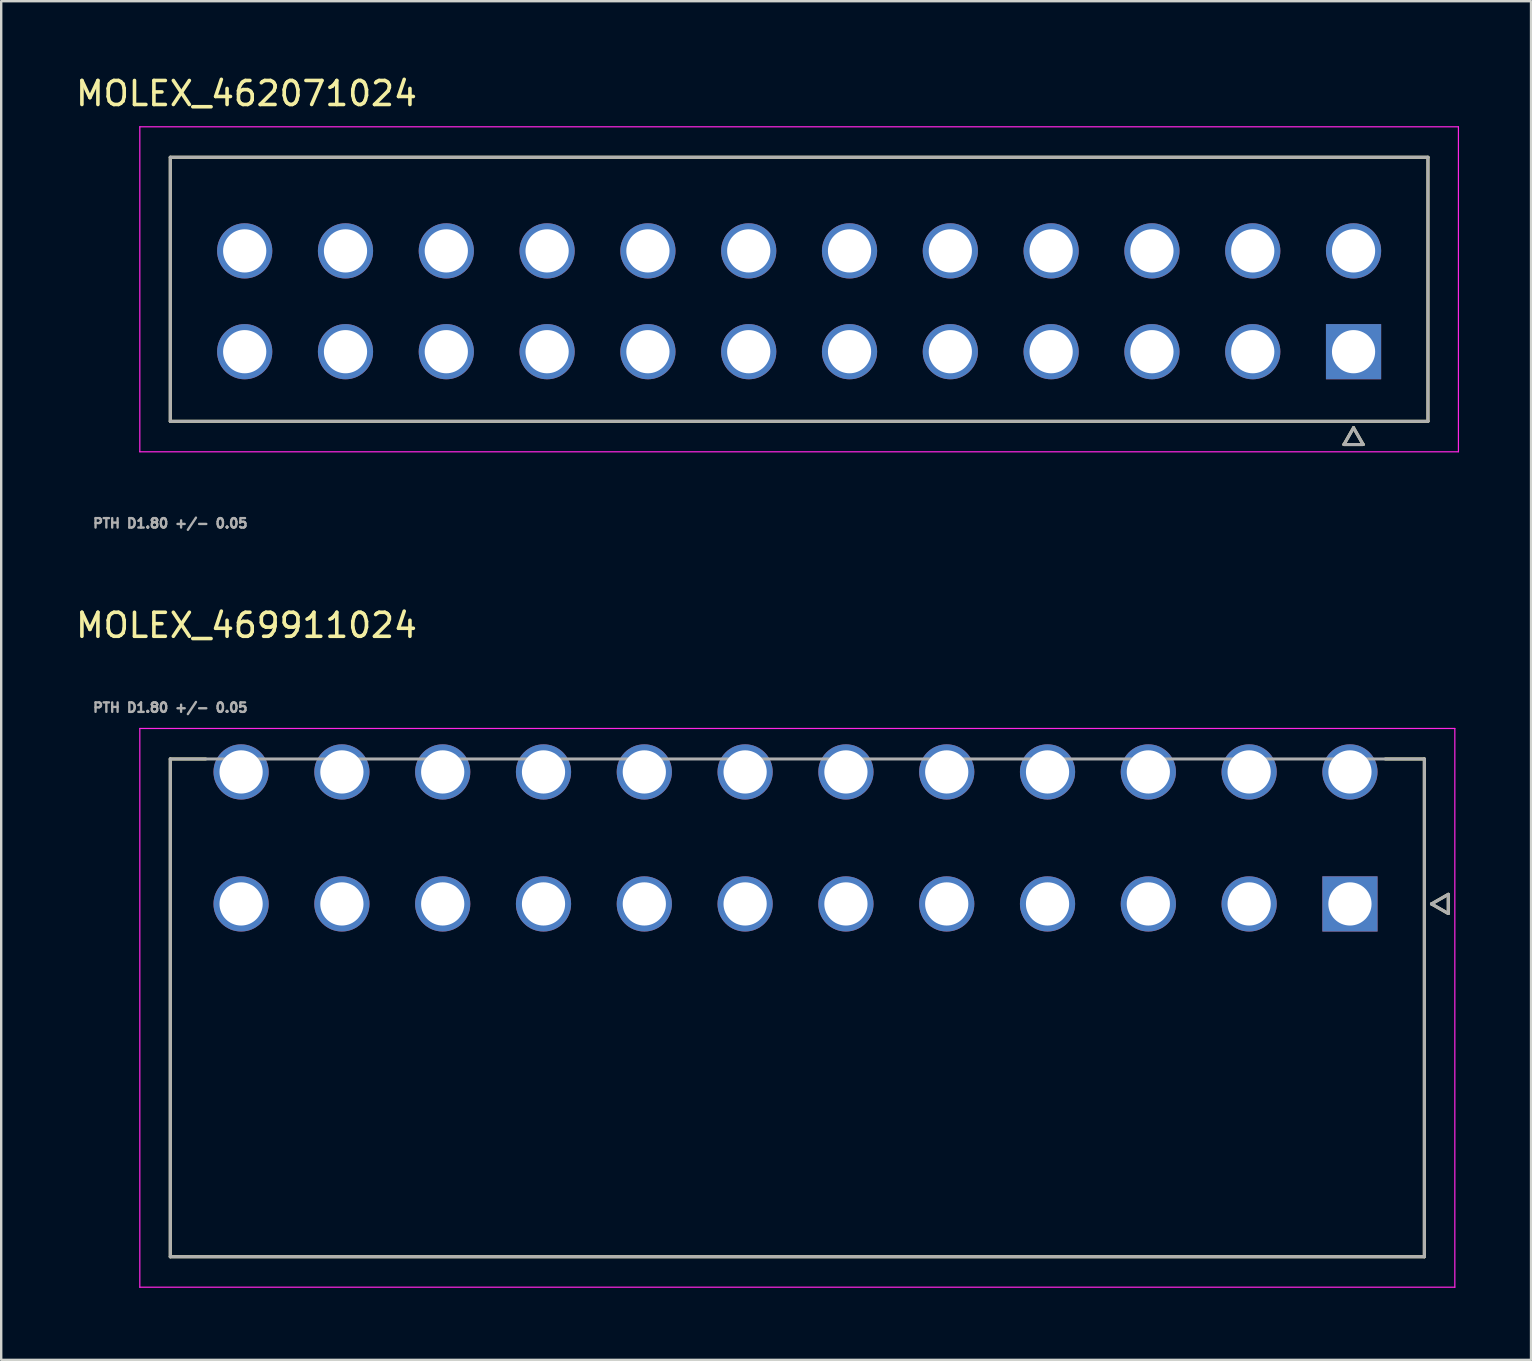
<source format=kicad_pcb>
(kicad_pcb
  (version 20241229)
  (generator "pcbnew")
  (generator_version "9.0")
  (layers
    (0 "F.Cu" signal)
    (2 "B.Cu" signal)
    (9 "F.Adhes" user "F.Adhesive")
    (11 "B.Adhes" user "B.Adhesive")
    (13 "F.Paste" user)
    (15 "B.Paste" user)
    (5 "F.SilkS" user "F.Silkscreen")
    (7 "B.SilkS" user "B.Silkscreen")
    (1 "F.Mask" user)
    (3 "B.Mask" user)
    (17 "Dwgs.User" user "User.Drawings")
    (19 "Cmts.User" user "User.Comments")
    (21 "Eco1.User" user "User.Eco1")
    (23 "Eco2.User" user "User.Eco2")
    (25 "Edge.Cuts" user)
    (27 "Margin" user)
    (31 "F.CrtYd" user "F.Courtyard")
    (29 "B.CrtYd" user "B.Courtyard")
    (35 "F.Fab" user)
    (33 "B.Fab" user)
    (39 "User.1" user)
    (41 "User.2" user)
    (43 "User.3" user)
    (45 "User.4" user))
  (footprint "MOLEX_469911024"
    (layer "F.Cu")
    (at 53.195 34.612)
    (property "Reference" "MOLEX_469911024" (at -45.975 -11.607 0) (layer "F.SilkS") (effects (font (size 1 1) (thickness 0.15))))
    (attr through_hole)
    (fp_circle (center -46.2 -5.5) (end -45.587 -5.5) (stroke (width 1.226) (type solid)) (fill no) (layer "F.Mask"))
    (fp_circle (center -46.2 0) (end -45.587 0) (stroke (width 1.226) (type solid)) (fill no) (layer "F.Mask"))
    (fp_circle (center -42 -5.5) (end -41.387 -5.5) (stroke (width 1.226) (type solid)) (fill no) (layer "F.Mask"))
    (fp_circle (center -42 0) (end -41.387 0) (stroke (width 1.226) (type solid)) (fill no) (layer "F.Mask"))
    (fp_circle (center -37.8 -5.5) (end -37.187 -5.5) (stroke (width 1.226) (type solid)) (fill no) (layer "F.Mask"))
    (fp_circle (center -37.8 0) (end -37.187 0) (stroke (width 1.226) (type solid)) (fill no) (layer "F.Mask"))
    (fp_circle (center -33.6 -5.5) (end -32.987 -5.5) (stroke (width 1.226) (type solid)) (fill no) (layer "F.Mask"))
    (fp_circle (center -33.6 0) (end -32.987 0) (stroke (width 1.226) (type solid)) (fill no) (layer "F.Mask"))
    (fp_circle (center -29.4 -5.5) (end -28.787 -5.5) (stroke (width 1.226) (type solid)) (fill no) (layer "F.Mask"))
    (fp_circle (center -29.4 0) (end -28.787 0) (stroke (width 1.226) (type solid)) (fill no) (layer "F.Mask"))
    (fp_circle (center -25.2 -5.5) (end -24.587 -5.5) (stroke (width 1.226) (type solid)) (fill no) (layer "F.Mask"))
    (fp_circle (center -25.2 0) (end -24.587 0) (stroke (width 1.226) (type solid)) (fill no) (layer "F.Mask"))
    (fp_circle (center -21 -5.5) (end -20.387 -5.5) (stroke (width 1.226) (type solid)) (fill no) (layer "F.Mask"))
    (fp_circle (center -21 0) (end -20.387 0) (stroke (width 1.226) (type solid)) (fill no) (layer "F.Mask"))
    (fp_circle (center -16.8 -5.5) (end -16.187 -5.5) (stroke (width 1.226) (type solid)) (fill no) (layer "F.Mask"))
    (fp_circle (center -16.8 0) (end -16.187 0) (stroke (width 1.226) (type solid)) (fill no) (layer "F.Mask"))
    (fp_circle (center -12.6 -5.5) (end -11.987 -5.5) (stroke (width 1.226) (type solid)) (fill no) (layer "F.Mask"))
    (fp_circle (center -12.6 0) (end -11.987 0) (stroke (width 1.226) (type solid)) (fill no) (layer "F.Mask"))
    (fp_circle (center -8.4 -5.5) (end -7.787 -5.5) (stroke (width 1.226) (type solid)) (fill no) (layer "F.Mask"))
    (fp_circle (center -8.4 0) (end -7.787 0) (stroke (width 1.226) (type solid)) (fill no) (layer "F.Mask"))
    (fp_circle (center -4.2 -5.5) (end -3.587 -5.5) (stroke (width 1.226) (type solid)) (fill no) (layer "F.Mask"))
    (fp_circle (center -4.2 0) (end -3.587 0) (stroke (width 1.226) (type solid)) (fill no) (layer "F.Mask"))
    (fp_circle (center 0 -5.5) (end 0.613 -5.5) (stroke (width 1.226) (type solid)) (fill no) (layer "F.Mask"))
    (fp_poly (pts (xy -1.226 -1.226) (xy 1.226 -1.226) (xy 1.226 1.226) (xy -1.226 1.226)) (stroke (width 0.01) (type solid)) (fill yes) (layer "F.Mask"))
    (fp_circle (center -46.2 -5.5) (end -45.587 -5.5) (stroke (width 1.226) (type solid)) (fill no) (layer "B.Mask"))
    (fp_circle (center -46.2 0) (end -45.587 0) (stroke (width 1.226) (type solid)) (fill no) (layer "B.Mask"))
    (fp_circle (center -42 -5.5) (end -41.387 -5.5) (stroke (width 1.226) (type solid)) (fill no) (layer "B.Mask"))
    (fp_circle (center -42 0) (end -41.387 0) (stroke (width 1.226) (type solid)) (fill no) (layer "B.Mask"))
    (fp_circle (center -37.8 -5.5) (end -37.187 -5.5) (stroke (width 1.226) (type solid)) (fill no) (layer "B.Mask"))
    (fp_circle (center -37.8 0) (end -37.187 0) (stroke (width 1.226) (type solid)) (fill no) (layer "B.Mask"))
    (fp_circle (center -33.6 -5.5) (end -32.987 -5.5) (stroke (width 1.226) (type solid)) (fill no) (layer "B.Mask"))
    (fp_circle (center -33.6 0) (end -32.987 0) (stroke (width 1.226) (type solid)) (fill no) (layer "B.Mask"))
    (fp_circle (center -29.4 -5.5) (end -28.787 -5.5) (stroke (width 1.226) (type solid)) (fill no) (layer "B.Mask"))
    (fp_circle (center -29.4 0) (end -28.787 0) (stroke (width 1.226) (type solid)) (fill no) (layer "B.Mask"))
    (fp_circle (center -25.2 -5.5) (end -24.587 -5.5) (stroke (width 1.226) (type solid)) (fill no) (layer "B.Mask"))
    (fp_circle (center -25.2 0) (end -24.587 0) (stroke (width 1.226) (type solid)) (fill no) (layer "B.Mask"))
    (fp_circle (center -21 -5.5) (end -20.387 -5.5) (stroke (width 1.226) (type solid)) (fill no) (layer "B.Mask"))
    (fp_circle (center -21 0) (end -20.387 0) (stroke (width 1.226) (type solid)) (fill no) (layer "B.Mask"))
    (fp_circle (center -16.8 -5.5) (end -16.187 -5.5) (stroke (width 1.226) (type solid)) (fill no) (layer "B.Mask"))
    (fp_circle (center -16.8 0) (end -16.187 0) (stroke (width 1.226) (type solid)) (fill no) (layer "B.Mask"))
    (fp_circle (center -12.6 -5.5) (end -11.987 -5.5) (stroke (width 1.226) (type solid)) (fill no) (layer "B.Mask"))
    (fp_circle (center -12.6 0) (end -11.987 0) (stroke (width 1.226) (type solid)) (fill no) (layer "B.Mask"))
    (fp_circle (center -8.4 -5.5) (end -7.787 -5.5) (stroke (width 1.226) (type solid)) (fill no) (layer "B.Mask"))
    (fp_circle (center -8.4 0) (end -7.787 0) (stroke (width 1.226) (type solid)) (fill no) (layer "B.Mask"))
    (fp_circle (center -4.2 -5.5) (end -3.587 -5.5) (stroke (width 1.226) (type solid)) (fill no) (layer "B.Mask"))
    (fp_circle (center -4.2 0) (end -3.587 0) (stroke (width 1.226) (type solid)) (fill no) (layer "B.Mask"))
    (fp_circle (center 0 -5.5) (end 0.613 -5.5) (stroke (width 1.226) (type solid)) (fill no) (layer "B.Mask"))
    (fp_poly (pts (xy -1.226 -1.226) (xy 1.226 -1.226) (xy 1.226 1.226) (xy -1.226 1.226)) (stroke (width 0.01) (type solid)) (fill yes) (layer "B.Mask"))
    (fp_line (start -49.15 -6.04) (end -47.676 -6.04) (stroke (width 0.127) (type solid)) (layer "F.SilkS"))
    (fp_line (start -49.15 14.7) (end -49.15 -6.04) (stroke (width 0.127) (type solid)) (layer "F.SilkS"))
    (fp_line (start 3.1 -6.04) (end 1.476 -6.04) (stroke (width 0.127) (type solid)) (layer "F.SilkS"))
    (fp_line (start 3.1 -6.04) (end 3.1 14.7) (stroke (width 0.127) (type solid)) (layer "F.SilkS"))
    (fp_line (start 3.1 14.7) (end -49.15 14.7) (stroke (width 0.127) (type solid)) (layer "F.SilkS"))
    (fp_line (start 3.397 0) (end 4.097 0.4) (stroke (width 0.127) (type solid)) (layer "F.SilkS"))
    (fp_line (start 4.097 -0.4) (end 3.397 0) (stroke (width 0.127) (type solid)) (layer "F.SilkS"))
    (fp_line (start 4.097 0.4) (end 4.097 -0.4) (stroke (width 0.127) (type solid)) (layer "F.SilkS"))
    (fp_line (start -50.42 -7.31) (end 4.37 -7.31) (stroke (width 0.05) (type solid)) (layer "F.CrtYd"))
    (fp_line (start -50.42 15.97) (end -50.42 -7.31) (stroke (width 0.05) (type solid)) (layer "F.CrtYd"))
    (fp_line (start 4.37 -7.31) (end 4.37 15.97) (stroke (width 0.05) (type solid)) (layer "F.CrtYd"))
    (fp_line (start 4.37 15.97) (end -50.42 15.97) (stroke (width 0.05) (type solid)) (layer "F.CrtYd"))
    (fp_line (start -49.15 -6.04) (end 3.1 -6.04) (stroke (width 0.127) (type solid)) (layer "F.Fab"))
    (fp_line (start -49.15 14.7) (end -49.15 -6.04) (stroke (width 0.127) (type solid)) (layer "F.Fab"))
    (fp_line (start 3.1 -6.04) (end 3.1 14.7) (stroke (width 0.127) (type solid)) (layer "F.Fab"))
    (fp_line (start 3.1 14.7) (end -49.15 14.7) (stroke (width 0.127) (type solid)) (layer "F.Fab"))
    (fp_line (start 3.397 0) (end 4.097 0.4) (stroke (width 0.127) (type solid)) (layer "F.Fab"))
    (fp_line (start 4.097 -0.4) (end 3.397 0) (stroke (width 0.127) (type solid)) (layer "F.Fab"))
    (fp_line (start 4.097 0.4) (end 4.097 -0.4) (stroke (width 0.127) (type solid)) (layer "F.Fab"))
    (fp_text user "PTH D1.80 +/- 0.05" (at -49.15 -8.18 0) (layer "F.Fab") (effects (font (size 0.394 0.394) (thickness 0.15))))
    (pad "1" thru_hole rect (at 0 0) (size 2.3 2.3) (drill 1.8) (layers "*.Cu"))
    (pad "2" thru_hole circle (at -4.2 0) (size 2.3 2.3) (drill 1.8) (layers "*.Cu"))
    (pad "3" thru_hole circle (at -8.4 0) (size 2.3 2.3) (drill 1.8) (layers "*.Cu"))
    (pad "4" thru_hole circle (at -12.6 0) (size 2.3 2.3) (drill 1.8) (layers "*.Cu"))
    (pad "5" thru_hole circle (at -16.8 0) (size 2.3 2.3) (drill 1.8) (layers "*.Cu"))
    (pad "6" thru_hole circle (at -21 0) (size 2.3 2.3) (drill 1.8) (layers "*.Cu"))
    (pad "7" thru_hole circle (at -25.2 0) (size 2.3 2.3) (drill 1.8) (layers "*.Cu"))
    (pad "8" thru_hole circle (at -29.4 0) (size 2.3 2.3) (drill 1.8) (layers "*.Cu"))
    (pad "9" thru_hole circle (at -33.6 0) (size 2.3 2.3) (drill 1.8) (layers "*.Cu"))
    (pad "10" thru_hole circle (at -37.8 0) (size 2.3 2.3) (drill 1.8) (layers "*.Cu"))
    (pad "11" thru_hole circle (at -42 0) (size 2.3 2.3) (drill 1.8) (layers "*.Cu"))
    (pad "12" thru_hole circle (at -46.2 0) (size 2.3 2.3) (drill 1.8) (layers "*.Cu"))
    (pad "13" thru_hole circle (at 0 -5.5) (size 2.3 2.3) (drill 1.8) (layers "*.Cu"))
    (pad "14" thru_hole circle (at -4.2 -5.5) (size 2.3 2.3) (drill 1.8) (layers "*.Cu"))
    (pad "15" thru_hole circle (at -8.4 -5.5) (size 2.3 2.3) (drill 1.8) (layers "*.Cu"))
    (pad "16" thru_hole circle (at -12.6 -5.5) (size 2.3 2.3) (drill 1.8) (layers "*.Cu"))
    (pad "17" thru_hole circle (at -16.8 -5.5) (size 2.3 2.3) (drill 1.8) (layers "*.Cu"))
    (pad "18" thru_hole circle (at -21 -5.5) (size 2.3 2.3) (drill 1.8) (layers "*.Cu"))
    (pad "19" thru_hole circle (at -25.2 -5.5) (size 2.3 2.3) (drill 1.8) (layers "*.Cu"))
    (pad "20" thru_hole circle (at -29.4 -5.5) (size 2.3 2.3) (drill 1.8) (layers "*.Cu"))
    (pad "21" thru_hole circle (at -33.6 -5.5) (size 2.3 2.3) (drill 1.8) (layers "*.Cu"))
    (pad "22" thru_hole circle (at -37.8 -5.5) (size 2.3 2.3) (drill 1.8) (layers "*.Cu"))
    (pad "23" thru_hole circle (at -42 -5.5) (size 2.3 2.3) (drill 1.8) (layers "*.Cu"))
    (pad "24" thru_hole circle (at -46.2 -5.5) (size 2.3 2.3) (drill 1.8) (layers "*.Cu")))
  (footprint "MOLEX_462071024"
    (layer "F.Cu")
    (at 53.345 11.603)
    (property "Reference" "MOLEX_462071024" (at -46.125 -10.755 0) (layer "F.SilkS") (effects (font (size 1 1) (thickness 0.15))))
    (attr through_hole)
    (fp_circle (center -46.2 -4.2) (end -45.587 -4.2) (stroke (width 1.226) (type solid)) (fill no) (layer "F.Mask"))
    (fp_circle (center -46.2 0) (end -45.587 0) (stroke (width 1.226) (type solid)) (fill no) (layer "F.Mask"))
    (fp_circle (center -42 -4.2) (end -41.387 -4.2) (stroke (width 1.226) (type solid)) (fill no) (layer "F.Mask"))
    (fp_circle (center -42 0) (end -41.387 0) (stroke (width 1.226) (type solid)) (fill no) (layer "F.Mask"))
    (fp_circle (center -37.8 -4.2) (end -37.187 -4.2) (stroke (width 1.226) (type solid)) (fill no) (layer "F.Mask"))
    (fp_circle (center -37.8 0) (end -37.187 0) (stroke (width 1.226) (type solid)) (fill no) (layer "F.Mask"))
    (fp_circle (center -33.6 -4.2) (end -32.987 -4.2) (stroke (width 1.226) (type solid)) (fill no) (layer "F.Mask"))
    (fp_circle (center -33.6 0) (end -32.987 0) (stroke (width 1.226) (type solid)) (fill no) (layer "F.Mask"))
    (fp_circle (center -29.4 -4.2) (end -28.787 -4.2) (stroke (width 1.226) (type solid)) (fill no) (layer "F.Mask"))
    (fp_circle (center -29.4 0) (end -28.787 0) (stroke (width 1.226) (type solid)) (fill no) (layer "F.Mask"))
    (fp_circle (center -25.2 -4.2) (end -24.587 -4.2) (stroke (width 1.226) (type solid)) (fill no) (layer "F.Mask"))
    (fp_circle (center -25.2 0) (end -24.587 0) (stroke (width 1.226) (type solid)) (fill no) (layer "F.Mask"))
    (fp_circle (center -21 -4.2) (end -20.387 -4.2) (stroke (width 1.226) (type solid)) (fill no) (layer "F.Mask"))
    (fp_circle (center -21 0) (end -20.387 0) (stroke (width 1.226) (type solid)) (fill no) (layer "F.Mask"))
    (fp_circle (center -16.8 -4.2) (end -16.187 -4.2) (stroke (width 1.226) (type solid)) (fill no) (layer "F.Mask"))
    (fp_circle (center -16.8 0) (end -16.187 0) (stroke (width 1.226) (type solid)) (fill no) (layer "F.Mask"))
    (fp_circle (center -12.6 -4.2) (end -11.987 -4.2) (stroke (width 1.226) (type solid)) (fill no) (layer "F.Mask"))
    (fp_circle (center -12.6 0) (end -11.987 0) (stroke (width 1.226) (type solid)) (fill no) (layer "F.Mask"))
    (fp_circle (center -8.4 -4.2) (end -7.787 -4.2) (stroke (width 1.226) (type solid)) (fill no) (layer "F.Mask"))
    (fp_circle (center -8.4 0) (end -7.787 0) (stroke (width 1.226) (type solid)) (fill no) (layer "F.Mask"))
    (fp_circle (center -4.2 -4.2) (end -3.587 -4.2) (stroke (width 1.226) (type solid)) (fill no) (layer "F.Mask"))
    (fp_circle (center -4.2 0) (end -3.587 0) (stroke (width 1.226) (type solid)) (fill no) (layer "F.Mask"))
    (fp_circle (center 0 -4.2) (end 0.613 -4.2) (stroke (width 1.226) (type solid)) (fill no) (layer "F.Mask"))
    (fp_poly (pts (xy -1.226 -1.226) (xy 1.226 -1.226) (xy 1.226 1.226) (xy -1.226 1.226)) (stroke (width 0.01) (type solid)) (fill yes) (layer "F.Mask"))
    (fp_circle (center -46.2 -4.2) (end -45.587 -4.2) (stroke (width 1.226) (type solid)) (fill no) (layer "B.Mask"))
    (fp_circle (center -46.2 0) (end -45.587 0) (stroke (width 1.226) (type solid)) (fill no) (layer "B.Mask"))
    (fp_circle (center -42 -4.2) (end -41.387 -4.2) (stroke (width 1.226) (type solid)) (fill no) (layer "B.Mask"))
    (fp_circle (center -42 0) (end -41.387 0) (stroke (width 1.226) (type solid)) (fill no) (layer "B.Mask"))
    (fp_circle (center -37.8 -4.2) (end -37.187 -4.2) (stroke (width 1.226) (type solid)) (fill no) (layer "B.Mask"))
    (fp_circle (center -37.8 0) (end -37.187 0) (stroke (width 1.226) (type solid)) (fill no) (layer "B.Mask"))
    (fp_circle (center -33.6 -4.2) (end -32.987 -4.2) (stroke (width 1.226) (type solid)) (fill no) (layer "B.Mask"))
    (fp_circle (center -33.6 0) (end -32.987 0) (stroke (width 1.226) (type solid)) (fill no) (layer "B.Mask"))
    (fp_circle (center -29.4 -4.2) (end -28.787 -4.2) (stroke (width 1.226) (type solid)) (fill no) (layer "B.Mask"))
    (fp_circle (center -29.4 0) (end -28.787 0) (stroke (width 1.226) (type solid)) (fill no) (layer "B.Mask"))
    (fp_circle (center -25.2 -4.2) (end -24.587 -4.2) (stroke (width 1.226) (type solid)) (fill no) (layer "B.Mask"))
    (fp_circle (center -25.2 0) (end -24.587 0) (stroke (width 1.226) (type solid)) (fill no) (layer "B.Mask"))
    (fp_circle (center -21 -4.2) (end -20.387 -4.2) (stroke (width 1.226) (type solid)) (fill no) (layer "B.Mask"))
    (fp_circle (center -21 0) (end -20.387 0) (stroke (width 1.226) (type solid)) (fill no) (layer "B.Mask"))
    (fp_circle (center -16.8 -4.2) (end -16.187 -4.2) (stroke (width 1.226) (type solid)) (fill no) (layer "B.Mask"))
    (fp_circle (center -16.8 0) (end -16.187 0) (stroke (width 1.226) (type solid)) (fill no) (layer "B.Mask"))
    (fp_circle (center -12.6 -4.2) (end -11.987 -4.2) (stroke (width 1.226) (type solid)) (fill no) (layer "B.Mask"))
    (fp_circle (center -12.6 0) (end -11.987 0) (stroke (width 1.226) (type solid)) (fill no) (layer "B.Mask"))
    (fp_circle (center -8.4 -4.2) (end -7.787 -4.2) (stroke (width 1.226) (type solid)) (fill no) (layer "B.Mask"))
    (fp_circle (center -8.4 0) (end -7.787 0) (stroke (width 1.226) (type solid)) (fill no) (layer "B.Mask"))
    (fp_circle (center -4.2 -4.2) (end -3.587 -4.2) (stroke (width 1.226) (type solid)) (fill no) (layer "B.Mask"))
    (fp_circle (center -4.2 0) (end -3.587 0) (stroke (width 1.226) (type solid)) (fill no) (layer "B.Mask"))
    (fp_circle (center 0 -4.2) (end 0.613 -4.2) (stroke (width 1.226) (type solid)) (fill no) (layer "B.Mask"))
    (fp_poly (pts (xy -1.226 -1.226) (xy 1.226 -1.226) (xy 1.226 1.226) (xy -1.226 1.226)) (stroke (width 0.01) (type solid)) (fill yes) (layer "B.Mask"))
    (fp_line (start -49.3 -8.1) (end 3.1 -8.1) (stroke (width 0.127) (type solid)) (layer "F.SilkS"))
    (fp_line (start -49.3 2.9) (end -49.3 -8.1) (stroke (width 0.127) (type solid)) (layer "F.SilkS"))
    (fp_line (start -0.4 3.868) (end 0.4 3.868) (stroke (width 0.127) (type solid)) (layer "F.SilkS"))
    (fp_line (start 0 3.168) (end -0.4 3.868) (stroke (width 0.127) (type solid)) (layer "F.SilkS"))
    (fp_line (start 0.4 3.868) (end 0 3.168) (stroke (width 0.127) (type solid)) (layer "F.SilkS"))
    (fp_line (start 3.1 -8.1) (end 3.1 2.9) (stroke (width 0.127) (type solid)) (layer "F.SilkS"))
    (fp_line (start 3.1 2.9) (end -49.3 2.9) (stroke (width 0.127) (type solid)) (layer "F.SilkS"))
    (fp_line (start -50.57 -9.37) (end 4.37 -9.37) (stroke (width 0.05) (type solid)) (layer "F.CrtYd"))
    (fp_line (start -50.57 4.17) (end -50.57 -9.37) (stroke (width 0.05) (type solid)) (layer "F.CrtYd"))
    (fp_line (start 4.37 -9.37) (end 4.37 4.17) (stroke (width 0.05) (type solid)) (layer "F.CrtYd"))
    (fp_line (start 4.37 4.17) (end -50.57 4.17) (stroke (width 0.05) (type solid)) (layer "F.CrtYd"))
    (fp_line (start -49.3 -8.1) (end 3.1 -8.1) (stroke (width 0.127) (type solid)) (layer "F.Fab"))
    (fp_line (start -49.3 2.9) (end -49.3 -8.1) (stroke (width 0.127) (type solid)) (layer "F.Fab"))
    (fp_line (start -0.4 3.868) (end 0.4 3.868) (stroke (width 0.127) (type solid)) (layer "F.Fab"))
    (fp_line (start 0 3.168) (end -0.4 3.868) (stroke (width 0.127) (type solid)) (layer "F.Fab"))
    (fp_line (start 0.4 3.868) (end 0 3.168) (stroke (width 0.127) (type solid)) (layer "F.Fab"))
    (fp_line (start 3.1 -8.1) (end 3.1 2.9) (stroke (width 0.127) (type solid)) (layer "F.Fab"))
    (fp_line (start 3.1 2.9) (end -49.3 2.9) (stroke (width 0.127) (type solid)) (layer "F.Fab"))
    (fp_text user "PTH D1.80 +/- 0.05" (at -49.3 7.15 0) (layer "F.Fab") (effects (font (size 0.394 0.394) (thickness 0.15))))
    (pad "1" thru_hole rect (at 0 0) (size 2.3 2.3) (drill 1.8) (layers "*.Cu"))
    (pad "2" thru_hole circle (at -4.2 0) (size 2.3 2.3) (drill 1.8) (layers "*.Cu"))
    (pad "3" thru_hole circle (at -8.4 0) (size 2.3 2.3) (drill 1.8) (layers "*.Cu"))
    (pad "4" thru_hole circle (at -12.6 0) (size 2.3 2.3) (drill 1.8) (layers "*.Cu"))
    (pad "5" thru_hole circle (at -16.8 0) (size 2.3 2.3) (drill 1.8) (layers "*.Cu"))
    (pad "6" thru_hole circle (at -21 0) (size 2.3 2.3) (drill 1.8) (layers "*.Cu"))
    (pad "7" thru_hole circle (at -25.2 0) (size 2.3 2.3) (drill 1.8) (layers "*.Cu"))
    (pad "8" thru_hole circle (at -29.4 0) (size 2.3 2.3) (drill 1.8) (layers "*.Cu"))
    (pad "9" thru_hole circle (at -33.6 0) (size 2.3 2.3) (drill 1.8) (layers "*.Cu"))
    (pad "10" thru_hole circle (at -37.8 0) (size 2.3 2.3) (drill 1.8) (layers "*.Cu"))
    (pad "11" thru_hole circle (at -42 0) (size 2.3 2.3) (drill 1.8) (layers "*.Cu"))
    (pad "12" thru_hole circle (at -46.2 0) (size 2.3 2.3) (drill 1.8) (layers "*.Cu"))
    (pad "13" thru_hole circle (at 0 -4.2) (size 2.3 2.3) (drill 1.8) (layers "*.Cu"))
    (pad "14" thru_hole circle (at -4.2 -4.2) (size 2.3 2.3) (drill 1.8) (layers "*.Cu"))
    (pad "15" thru_hole circle (at -8.4 -4.2) (size 2.3 2.3) (drill 1.8) (layers "*.Cu"))
    (pad "16" thru_hole circle (at -12.6 -4.2) (size 2.3 2.3) (drill 1.8) (layers "*.Cu"))
    (pad "17" thru_hole circle (at -16.8 -4.2) (size 2.3 2.3) (drill 1.8) (layers "*.Cu"))
    (pad "18" thru_hole circle (at -21 -4.2) (size 2.3 2.3) (drill 1.8) (layers "*.Cu"))
    (pad "19" thru_hole circle (at -25.2 -4.2) (size 2.3 2.3) (drill 1.8) (layers "*.Cu"))
    (pad "20" thru_hole circle (at -29.4 -4.2) (size 2.3 2.3) (drill 1.8) (layers "*.Cu"))
    (pad "21" thru_hole circle (at -33.6 -4.2) (size 2.3 2.3) (drill 1.8) (layers "*.Cu"))
    (pad "22" thru_hole circle (at -37.8 -4.2) (size 2.3 2.3) (drill 1.8) (layers "*.Cu"))
    (pad "23" thru_hole circle (at -42 -4.2) (size 2.3 2.3) (drill 1.8) (layers "*.Cu"))
    (pad "24" thru_hole circle (at -46.2 -4.2) (size 2.3 2.3) (drill 1.8) (layers "*.Cu")))
  (gr_rect
    (start -3 -3)
    (end 60.74 53.607)
    (stroke (width 0.1) (type default))
    (fill no)
    (layer "Edge.Cuts")))
</source>
